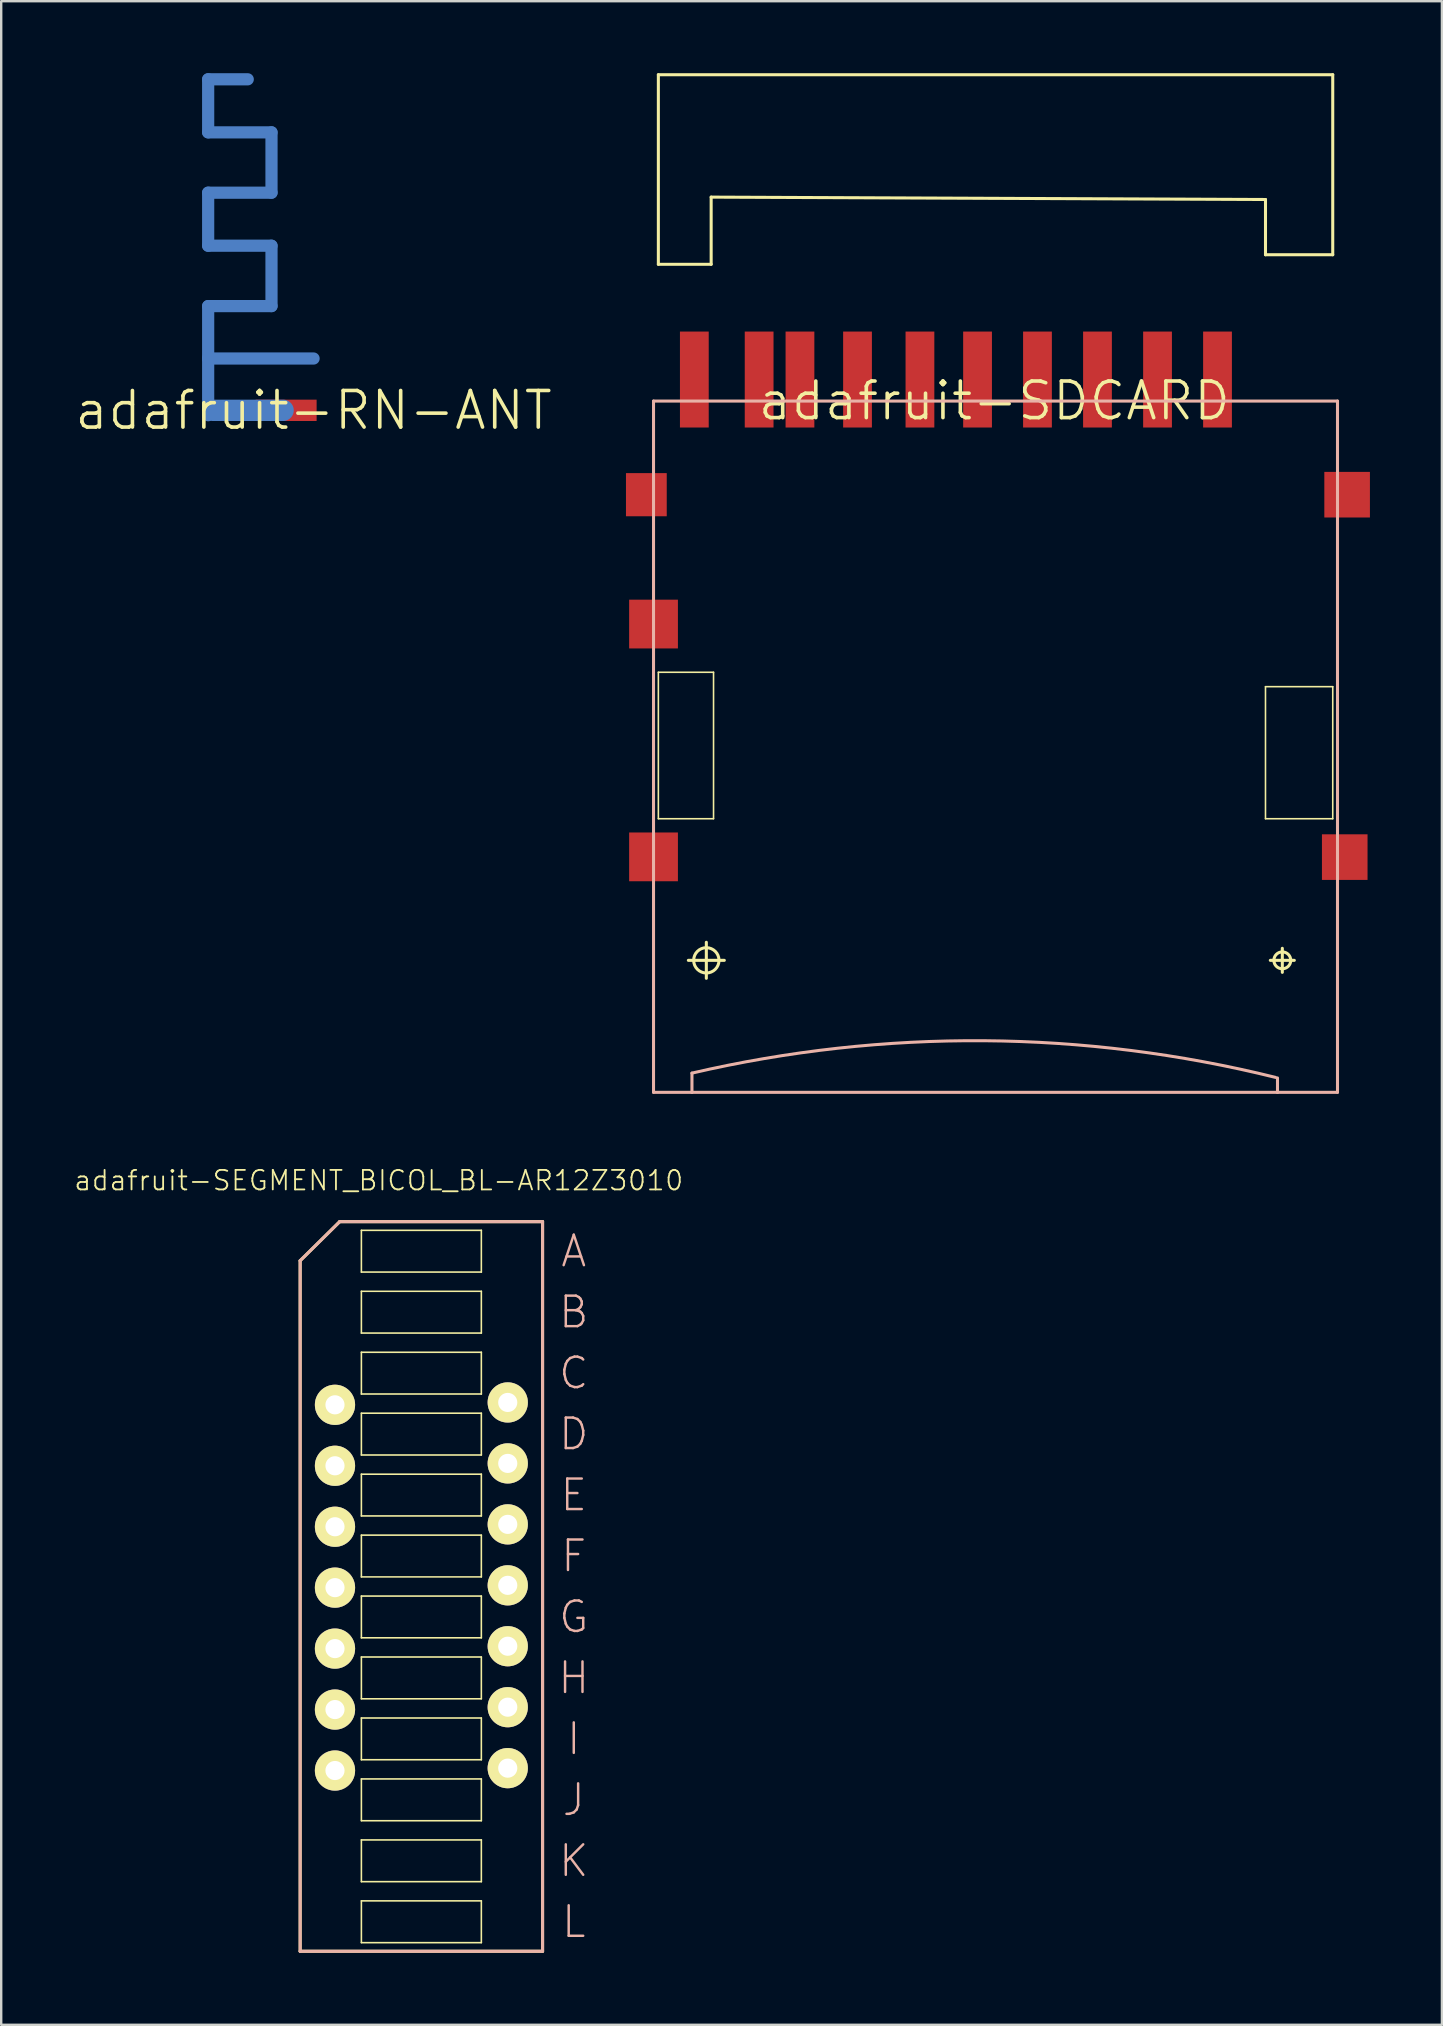
<source format=kicad_pcb>
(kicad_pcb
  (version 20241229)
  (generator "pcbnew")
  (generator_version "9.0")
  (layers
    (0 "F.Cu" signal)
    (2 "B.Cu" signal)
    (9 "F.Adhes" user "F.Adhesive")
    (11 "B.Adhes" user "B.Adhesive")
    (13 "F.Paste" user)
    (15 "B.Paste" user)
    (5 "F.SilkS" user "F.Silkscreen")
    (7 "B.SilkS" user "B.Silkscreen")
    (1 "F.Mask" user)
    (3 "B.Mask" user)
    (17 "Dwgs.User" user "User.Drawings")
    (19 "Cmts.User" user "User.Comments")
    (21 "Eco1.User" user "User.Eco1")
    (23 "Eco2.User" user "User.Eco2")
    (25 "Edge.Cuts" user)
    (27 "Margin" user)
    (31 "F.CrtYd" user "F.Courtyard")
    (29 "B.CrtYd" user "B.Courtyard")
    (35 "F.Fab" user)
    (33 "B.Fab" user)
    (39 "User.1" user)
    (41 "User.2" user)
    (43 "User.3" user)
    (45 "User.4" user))
  (footprint "adafruit-SEGMENT_BICOL_BL-AR12Z3010"
    (layer "F.Cu")
    (at 14.506 63.05)
    (property "Reference" "adafruit-SEGMENT_BICOL_BL-AR12Z3010" (at -1.778 -16.916 0) (layer "F.SilkS") (effects (font (size 0.813 0.813) (thickness 0.076))))
    (attr exclude_from_pos_files exclude_from_bom)
    (fp_line (start -5.05 -13.574) (end -3.404 -15.199) (stroke (width 0.127) (type solid)) (layer "F.SilkS"))
    (fp_line (start -5.05 15.199) (end -5.05 -13.574) (stroke (width 0.127) (type solid)) (layer "F.SilkS"))
    (fp_line (start -5.05 15.199) (end 5.05 15.199) (stroke (width 0.127) (type solid)) (layer "F.SilkS"))
    (fp_line (start -3.404 -15.199) (end 5.05 -15.199) (stroke (width 0.127) (type solid)) (layer "F.SilkS"))
    (fp_line (start -2.499 -14.839) (end 2.499 -14.839) (stroke (width 0.066) (type solid)) (layer "F.SilkS"))
    (fp_line (start -2.499 -13.099) (end -2.499 -14.839) (stroke (width 0.066) (type solid)) (layer "F.SilkS"))
    (fp_line (start -2.499 -13.099) (end 2.499 -13.099) (stroke (width 0.066) (type solid)) (layer "F.SilkS"))
    (fp_line (start -2.499 -12.299) (end 2.499 -12.299) (stroke (width 0.066) (type solid)) (layer "F.SilkS"))
    (fp_line (start -2.499 -10.559) (end -2.499 -12.299) (stroke (width 0.066) (type solid)) (layer "F.SilkS"))
    (fp_line (start -2.499 -10.559) (end 2.499 -10.559) (stroke (width 0.066) (type solid)) (layer "F.SilkS"))
    (fp_line (start -2.499 -9.759) (end 2.499 -9.759) (stroke (width 0.066) (type solid)) (layer "F.SilkS"))
    (fp_line (start -2.499 -8.019) (end -2.499 -9.759) (stroke (width 0.066) (type solid)) (layer "F.SilkS"))
    (fp_line (start -2.499 -8.019) (end 2.499 -8.019) (stroke (width 0.066) (type solid)) (layer "F.SilkS"))
    (fp_line (start -2.499 -7.219) (end 2.499 -7.219) (stroke (width 0.066) (type solid)) (layer "F.SilkS"))
    (fp_line (start -2.499 -5.479) (end -2.499 -7.219) (stroke (width 0.066) (type solid)) (layer "F.SilkS"))
    (fp_line (start -2.499 -5.479) (end 2.499 -5.479) (stroke (width 0.066) (type solid)) (layer "F.SilkS"))
    (fp_line (start -2.499 -4.679) (end 2.499 -4.679) (stroke (width 0.066) (type solid)) (layer "F.SilkS"))
    (fp_line (start -2.499 -2.939) (end -2.499 -4.679) (stroke (width 0.066) (type solid)) (layer "F.SilkS"))
    (fp_line (start -2.499 -2.939) (end 2.499 -2.939) (stroke (width 0.066) (type solid)) (layer "F.SilkS"))
    (fp_line (start -2.499 -2.139) (end 2.499 -2.139) (stroke (width 0.066) (type solid)) (layer "F.SilkS"))
    (fp_line (start -2.499 -0.399) (end -2.499 -2.139) (stroke (width 0.066) (type solid)) (layer "F.SilkS"))
    (fp_line (start -2.499 -0.399) (end 2.499 -0.399) (stroke (width 0.066) (type solid)) (layer "F.SilkS"))
    (fp_line (start -2.499 0.399) (end 2.499 0.399) (stroke (width 0.066) (type solid)) (layer "F.SilkS"))
    (fp_line (start -2.499 2.139) (end -2.499 0.399) (stroke (width 0.066) (type solid)) (layer "F.SilkS"))
    (fp_line (start -2.499 2.139) (end 2.499 2.139) (stroke (width 0.066) (type solid)) (layer "F.SilkS"))
    (fp_line (start -2.499 2.939) (end 2.499 2.939) (stroke (width 0.066) (type solid)) (layer "F.SilkS"))
    (fp_line (start -2.499 4.679) (end -2.499 2.939) (stroke (width 0.066) (type solid)) (layer "F.SilkS"))
    (fp_line (start -2.499 4.679) (end 2.499 4.679) (stroke (width 0.066) (type solid)) (layer "F.SilkS"))
    (fp_line (start -2.499 5.479) (end 2.499 5.479) (stroke (width 0.066) (type solid)) (layer "F.SilkS"))
    (fp_line (start -2.499 7.219) (end -2.499 5.479) (stroke (width 0.066) (type solid)) (layer "F.SilkS"))
    (fp_line (start -2.499 7.219) (end 2.499 7.219) (stroke (width 0.066) (type solid)) (layer "F.SilkS"))
    (fp_line (start -2.499 8.019) (end 2.499 8.019) (stroke (width 0.066) (type solid)) (layer "F.SilkS"))
    (fp_line (start -2.499 9.759) (end -2.499 8.019) (stroke (width 0.066) (type solid)) (layer "F.SilkS"))
    (fp_line (start -2.499 9.759) (end 2.499 9.759) (stroke (width 0.066) (type solid)) (layer "F.SilkS"))
    (fp_line (start -2.499 10.559) (end 2.499 10.559) (stroke (width 0.066) (type solid)) (layer "F.SilkS"))
    (fp_line (start -2.499 12.299) (end -2.499 10.559) (stroke (width 0.066) (type solid)) (layer "F.SilkS"))
    (fp_line (start -2.499 12.299) (end 2.499 12.299) (stroke (width 0.066) (type solid)) (layer "F.SilkS"))
    (fp_line (start -2.499 13.099) (end 2.499 13.099) (stroke (width 0.066) (type solid)) (layer "F.SilkS"))
    (fp_line (start -2.499 14.839) (end -2.499 13.099) (stroke (width 0.066) (type solid)) (layer "F.SilkS"))
    (fp_line (start -2.499 14.839) (end 2.499 14.839) (stroke (width 0.066) (type solid)) (layer "F.SilkS"))
    (fp_line (start 2.499 -13.099) (end 2.499 -14.839) (stroke (width 0.066) (type solid)) (layer "F.SilkS"))
    (fp_line (start 2.499 -10.559) (end 2.499 -12.299) (stroke (width 0.066) (type solid)) (layer "F.SilkS"))
    (fp_line (start 2.499 -8.019) (end 2.499 -9.759) (stroke (width 0.066) (type solid)) (layer "F.SilkS"))
    (fp_line (start 2.499 -5.479) (end 2.499 -7.219) (stroke (width 0.066) (type solid)) (layer "F.SilkS"))
    (fp_line (start 2.499 -2.939) (end 2.499 -4.679) (stroke (width 0.066) (type solid)) (layer "F.SilkS"))
    (fp_line (start 2.499 -0.399) (end 2.499 -2.139) (stroke (width 0.066) (type solid)) (layer "F.SilkS"))
    (fp_line (start 2.499 2.139) (end 2.499 0.399) (stroke (width 0.066) (type solid)) (layer "F.SilkS"))
    (fp_line (start 2.499 4.679) (end 2.499 2.939) (stroke (width 0.066) (type solid)) (layer "F.SilkS"))
    (fp_line (start 2.499 7.219) (end 2.499 5.479) (stroke (width 0.066) (type solid)) (layer "F.SilkS"))
    (fp_line (start 2.499 9.759) (end 2.499 8.019) (stroke (width 0.066) (type solid)) (layer "F.SilkS"))
    (fp_line (start 2.499 12.299) (end 2.499 10.559) (stroke (width 0.066) (type solid)) (layer "F.SilkS"))
    (fp_line (start 2.499 14.839) (end 2.499 13.099) (stroke (width 0.066) (type solid)) (layer "F.SilkS"))
    (fp_line (start 5.05 15.199) (end 5.05 -15.199) (stroke (width 0.127) (type solid)) (layer "F.SilkS"))
    (fp_line (start -5.05 -13.574) (end -5.05 15.199) (stroke (width 0.127) (type solid)) (layer "B.SilkS"))
    (fp_line (start -5.05 15.199) (end 5.05 15.199) (stroke (width 0.127) (type solid)) (layer "B.SilkS"))
    (fp_line (start -3.404 -15.199) (end -5.05 -13.574) (stroke (width 0.127) (type solid)) (layer "B.SilkS"))
    (fp_line (start 5.05 -15.199) (end -3.404 -15.199) (stroke (width 0.127) (type solid)) (layer "B.SilkS"))
    (fp_line (start 5.05 15.199) (end 5.05 -15.199) (stroke (width 0.127) (type solid)) (layer "B.SilkS"))
    (fp_text user "L" (at 6.35 13.97 0) (layer "B.SilkS") (effects (font (size 1.27 1.27) (thickness 0.102))))
    (fp_text user "A" (at 6.35 -13.97 0) (layer "B.SilkS") (effects (font (size 1.27 1.27) (thickness 0.102))))
    (fp_text user "K" (at 6.35 11.43 0) (layer "B.SilkS") (effects (font (size 1.27 1.27) (thickness 0.102))))
    (fp_text user "C" (at 6.35 -8.89 0) (layer "B.SilkS") (effects (font (size 1.27 1.27) (thickness 0.102))))
    (fp_text user "B" (at 6.35 -11.43 0) (layer "B.SilkS") (effects (font (size 1.27 1.27) (thickness 0.102))))
    (fp_text user "E" (at 6.35 -3.81 0) (layer "B.SilkS") (effects (font (size 1.27 1.27) (thickness 0.102))))
    (fp_text user "I" (at 6.35 6.35 0) (layer "B.SilkS") (effects (font (size 1.27 1.27) (thickness 0.102))))
    (fp_text user "D" (at 6.35 -6.35 0) (layer "B.SilkS") (effects (font (size 1.27 1.27) (thickness 0.102))))
    (fp_text user "G" (at 6.35 1.27 0) (layer "B.SilkS") (effects (font (size 1.27 1.27) (thickness 0.102))))
    (fp_text user "F" (at 6.35 -1.27 0) (layer "B.SilkS") (effects (font (size 1.27 1.27) (thickness 0.102))))
    (fp_text user "J" (at 6.35 8.89 0) (layer "B.SilkS") (effects (font (size 1.27 1.27) (thickness 0.102))))
    (fp_text user "H" (at 6.35 3.81 0) (layer "B.SilkS") (effects (font (size 1.27 1.27) (thickness 0.102))))
    (pad "1" thru_hole circle (at -3.599 -7.569) (size 1.676 1.676) (drill 0.798) (layers "*.Cu" "F.Mask" "F.SilkS" "F.Paste"))
    (pad "2" thru_hole circle (at -3.599 -5.029) (size 1.676 1.676) (drill 0.798) (layers "*.Cu" "F.Mask" "F.SilkS" "F.Paste"))
    (pad "3" thru_hole circle (at -3.599 -2.489) (size 1.676 1.676) (drill 0.798) (layers "*.Cu" "F.Mask" "F.SilkS" "F.Paste"))
    (pad "4" thru_hole circle (at -3.599 0.048) (size 1.676 1.676) (drill 0.798) (layers "*.Cu" "F.Mask" "F.SilkS" "F.Paste"))
    (pad "5" thru_hole circle (at -3.599 2.588) (size 1.676 1.676) (drill 0.798) (layers "*.Cu" "F.Mask" "F.SilkS" "F.Paste"))
    (pad "6" thru_hole circle (at -3.599 5.128) (size 1.676 1.676) (drill 0.798) (layers "*.Cu" "F.Mask" "F.SilkS" "F.Paste"))
    (pad "7" thru_hole circle (at -3.599 7.668) (size 1.676 1.676) (drill 0.798) (layers "*.Cu" "F.Mask" "F.SilkS" "F.Paste"))
    (pad "8" thru_hole circle (at 3.599 7.569) (size 1.676 1.676) (drill 0.798) (layers "*.Cu" "F.Mask" "F.SilkS" "F.Paste"))
    (pad "9" thru_hole circle (at 3.599 5.029) (size 1.676 1.676) (drill 0.798) (layers "*.Cu" "F.Mask" "F.SilkS" "F.Paste"))
    (pad "10" thru_hole circle (at 3.599 2.489) (size 1.676 1.676) (drill 0.798) (layers "*.Cu" "F.Mask" "F.SilkS" "F.Paste"))
    (pad "11" thru_hole circle (at 3.599 -0.048) (size 1.676 1.676) (drill 0.798) (layers "*.Cu" "F.Mask" "F.SilkS" "F.Paste"))
    (pad "12" thru_hole circle (at 3.599 -2.588) (size 1.676 1.676) (drill 0.798) (layers "*.Cu" "F.Mask" "F.SilkS" "F.Paste"))
    (pad "13" thru_hole circle (at 3.599 -5.128) (size 1.676 1.676) (drill 0.798) (layers "*.Cu" "F.Mask" "F.SilkS" "F.Paste"))
    (pad "14" thru_hole circle (at 3.599 -7.668) (size 1.676 1.676) (drill 0.798) (layers "*.Cu" "F.Mask" "F.SilkS" "F.Paste")))
  (footprint "adafruit-RN-ANT"
    (layer "F.Cu")
    (at 10.015 14.046)
    (property "Reference" "adafruit-RN-ANT" (at 0 0 0) (layer "F.SilkS") (effects (font (size 1.524 1.524) (thickness 0.15))))
    (attr smd)
    (fp_line (start -4.392 -13.792) (end -2.743 -13.792) (stroke (width 0.508) (type solid)) (layer "B.Cu"))
    (fp_line (start -4.392 -11.582) (end -4.392 -13.792) (stroke (width 0.508) (type solid)) (layer "B.Cu"))
    (fp_line (start -4.392 -9.068) (end -1.753 -9.068) (stroke (width 0.508) (type solid)) (layer "B.Cu"))
    (fp_line (start -4.392 -6.858) (end -4.392 -9.068) (stroke (width 0.508) (type solid)) (layer "B.Cu"))
    (fp_line (start -4.392 -4.343) (end -1.753 -4.343) (stroke (width 0.508) (type solid)) (layer "B.Cu"))
    (fp_line (start -4.392 -2.159) (end -4.392 -4.343) (stroke (width 0.508) (type solid)) (layer "B.Cu"))
    (fp_line (start -4.392 0.203) (end -4.392 -2.159) (stroke (width 0.508) (type solid)) (layer "B.Cu"))
    (fp_line (start -4.191 0) (end -1.27 0) (stroke (width 0.889) (type solid)) (layer "B.Cu"))
    (fp_line (start -1.753 -11.582) (end -4.392 -11.582) (stroke (width 0.508) (type solid)) (layer "B.Cu"))
    (fp_line (start -1.753 -9.068) (end -1.753 -11.582) (stroke (width 0.508) (type solid)) (layer "B.Cu"))
    (fp_line (start -1.753 -6.858) (end -4.392 -6.858) (stroke (width 0.508) (type solid)) (layer "B.Cu"))
    (fp_line (start -1.753 -4.343) (end -1.753 -6.858) (stroke (width 0.508) (type solid)) (layer "B.Cu"))
    (fp_line (start 0 -2.159) (end -4.392 -2.159) (stroke (width 0.508) (type solid)) (layer "B.Cu"))
    (pad "FEED" smd rect (at 0 -2.159) (size 0.025 0.025) (layers "F.Cu" "F.Mask" "F.Paste"))
    (pad "GND" smd rect (at -1.143 0) (size 2.54 0.889) (layers "F.Cu" "F.Mask" "F.Paste")))
  (footprint "adafruit-SDCARD"
    (layer "F.Cu")
    (at 38.378 13.652)
    (property "Reference" "adafruit-SDCARD" (at 0 0 0) (layer "F.SilkS") (effects (font (size 1.524 1.524) (thickness 0.15))))
    (attr smd)
    (fp_line (start -13.998 -13.589) (end 14.1 -13.589) (stroke (width 0.127) (type solid)) (layer "F.SilkS"))
    (fp_line (start -13.998 -5.69) (end -13.998 -13.589) (stroke (width 0.127) (type solid)) (layer "F.SilkS"))
    (fp_line (start -13.998 11.308) (end -11.699 11.308) (stroke (width 0.066) (type solid)) (layer "F.SilkS"))
    (fp_line (start -13.998 17.409) (end -13.998 11.308) (stroke (width 0.066) (type solid)) (layer "F.SilkS"))
    (fp_line (start -13.998 17.409) (end -11.699 17.409) (stroke (width 0.066) (type solid)) (layer "F.SilkS"))
    (fp_line (start -12.748 23.31) (end -11.25 23.31) (stroke (width 0.127) (type solid)) (layer "F.SilkS"))
    (fp_line (start -11.999 24.059) (end -11.999 22.558) (stroke (width 0.127) (type solid)) (layer "F.SilkS"))
    (fp_line (start -11.798 -8.489) (end -11.798 -5.69) (stroke (width 0.127) (type solid)) (layer "F.SilkS"))
    (fp_line (start -11.798 -5.69) (end -13.998 -5.69) (stroke (width 0.127) (type solid)) (layer "F.SilkS"))
    (fp_line (start -11.699 17.409) (end -11.699 11.308) (stroke (width 0.066) (type solid)) (layer "F.SilkS"))
    (fp_line (start 11.298 -8.39) (end -11.798 -8.489) (stroke (width 0.127) (type solid)) (layer "F.SilkS"))
    (fp_line (start 11.298 -6.088) (end 11.298 -8.39) (stroke (width 0.127) (type solid)) (layer "F.SilkS"))
    (fp_line (start 11.298 11.908) (end 14.1 11.908) (stroke (width 0.066) (type solid)) (layer "F.SilkS"))
    (fp_line (start 11.298 17.409) (end 11.298 11.908) (stroke (width 0.066) (type solid)) (layer "F.SilkS"))
    (fp_line (start 11.298 17.409) (end 14.1 17.409) (stroke (width 0.066) (type solid)) (layer "F.SilkS"))
    (fp_line (start 11.499 23.31) (end 12.499 23.31) (stroke (width 0.127) (type solid)) (layer "F.SilkS"))
    (fp_line (start 11.999 23.81) (end 11.999 22.809) (stroke (width 0.127) (type solid)) (layer "F.SilkS"))
    (fp_line (start 14.1 -13.589) (end 14.1 -6.088) (stroke (width 0.127) (type solid)) (layer "F.SilkS"))
    (fp_line (start 14.1 -6.088) (end 11.298 -6.088) (stroke (width 0.127) (type solid)) (layer "F.SilkS"))
    (fp_line (start 14.1 17.409) (end 14.1 11.908) (stroke (width 0.066) (type solid)) (layer "F.SilkS"))
    (fp_circle (center -11.999 23.31) (end -12.372 23.683) (stroke (width 0.127) (type solid)) (fill no) (layer "F.SilkS"))
    (fp_circle (center 11.999 23.31) (end 12.248 23.558) (stroke (width 0.127) (type solid)) (fill no) (layer "F.SilkS"))
    (fp_line (start -14.199 0.008) (end 14.298 0.008) (stroke (width 0.127) (type solid)) (layer "B.SilkS"))
    (fp_line (start -14.199 28.809) (end -14.199 0.008) (stroke (width 0.127) (type solid)) (layer "B.SilkS"))
    (fp_line (start -12.598 28.009) (end -12.598 28.809) (stroke (width 0.127) (type solid)) (layer "B.SilkS"))
    (fp_line (start -12.598 28.809) (end -14.199 28.809) (stroke (width 0.127) (type solid)) (layer "B.SilkS"))
    (fp_line (start 11.798 28.209) (end 11.798 28.809) (stroke (width 0.127) (type solid)) (layer "B.SilkS"))
    (fp_line (start 11.798 28.809) (end -12.598 28.809) (stroke (width 0.127) (type solid)) (layer "B.SilkS"))
    (fp_line (start 14.298 0.008) (end 14.298 28.809) (stroke (width 0.127) (type solid)) (layer "B.SilkS"))
    (fp_line (start 14.298 28.809) (end 11.798 28.809) (stroke (width 0.127) (type solid)) (layer "B.SilkS"))
    (fp_arc (start -12.5984 28.00858) (mid -0.429748 26.658999) (end 11.717736 28.187423) (stroke (width 0.127) (type solid)) (layer "B.SilkS"))
    (pad "1" smd rect (at 6.8 -0.889 90) (size 3.998 1.199) (layers "F.Cu" "F.Mask" "F.Paste"))
    (pad "2" smd rect (at 4.298 -0.889 90) (size 3.998 1.199) (layers "F.Cu" "F.Mask" "F.Paste"))
    (pad "3" smd rect (at 1.798 -0.889 90) (size 3.998 1.199) (layers "F.Cu" "F.Mask" "F.Paste"))
    (pad "4" smd rect (at -0.699 -0.889 90) (size 3.998 1.199) (layers "F.Cu" "F.Mask" "F.Paste"))
    (pad "5" smd rect (at -3.099 -0.889 90) (size 3.998 1.199) (layers "F.Cu" "F.Mask" "F.Paste"))
    (pad "6" smd rect (at -5.7 -0.889 90) (size 3.998 1.199) (layers "F.Cu" "F.Mask" "F.Paste"))
    (pad "7" smd rect (at -8.098 -0.889 90) (size 3.998 1.199) (layers "F.Cu" "F.Mask" "F.Paste"))
    (pad "8" smd rect (at -9.799 -0.889 90) (size 3.998 1.199) (layers "F.Cu" "F.Mask" "F.Paste"))
    (pad "9" smd rect (at 9.299 -0.889 90) (size 3.998 1.199) (layers "F.Cu" "F.Mask" "F.Paste"))
    (pad "CD" smd rect (at -12.499 -0.889 90) (size 3.998 1.199) (layers "F.Cu" "F.Mask" "F.Paste"))
    (pad "COM" smd rect (at -14.199 9.299) (size 2.032 2.032) (layers "F.Cu" "F.Mask" "F.Paste"))
    (pad "MT1" smd rect (at -14.498 3.909) (size 1.699 1.798) (layers "F.Cu" "F.Mask" "F.Paste"))
    (pad "MT2" smd rect (at 14.699 3.909) (size 1.9 1.9) (layers "F.Cu" "F.Mask" "F.Paste"))
    (pad "MT3" smd rect (at 14.6 19.009) (size 1.9 1.9) (layers "F.Cu" "F.Mask" "F.Paste"))
    (pad "WP" smd rect (at -14.199 18.999) (size 2.032 2.032) (layers "F.Cu" "F.Mask" "F.Paste")))
  (gr_rect
    (start -3 -3)
    (end 57.027 81.313)
    (stroke (width 0.1) (type default))
    (fill no)
    (layer "Edge.Cuts")))
</source>
